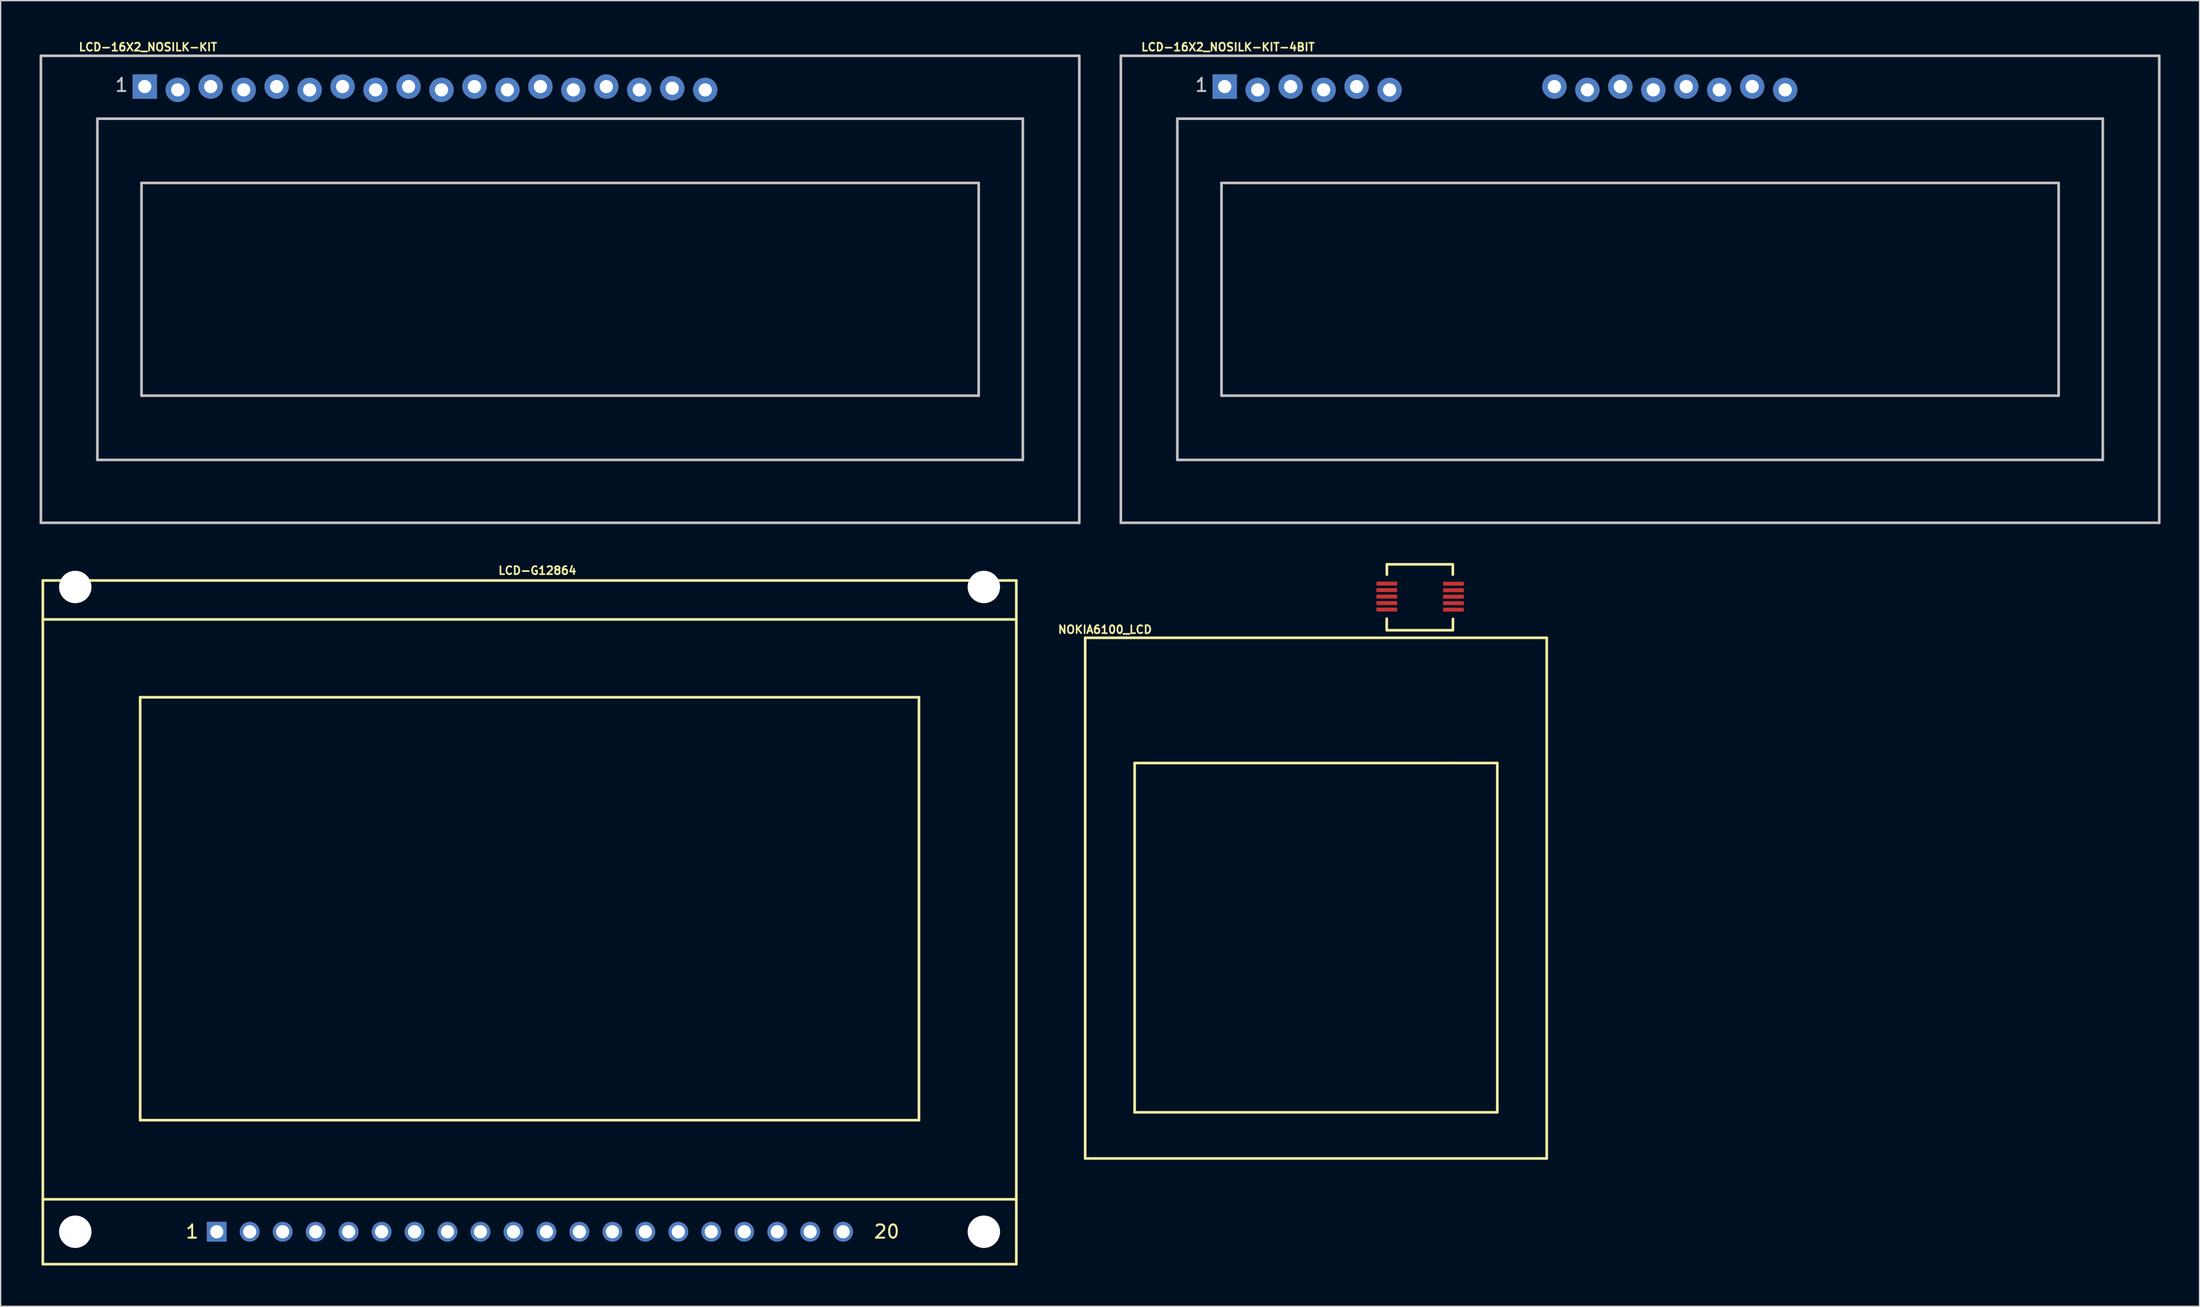
<source format=kicad_pcb>
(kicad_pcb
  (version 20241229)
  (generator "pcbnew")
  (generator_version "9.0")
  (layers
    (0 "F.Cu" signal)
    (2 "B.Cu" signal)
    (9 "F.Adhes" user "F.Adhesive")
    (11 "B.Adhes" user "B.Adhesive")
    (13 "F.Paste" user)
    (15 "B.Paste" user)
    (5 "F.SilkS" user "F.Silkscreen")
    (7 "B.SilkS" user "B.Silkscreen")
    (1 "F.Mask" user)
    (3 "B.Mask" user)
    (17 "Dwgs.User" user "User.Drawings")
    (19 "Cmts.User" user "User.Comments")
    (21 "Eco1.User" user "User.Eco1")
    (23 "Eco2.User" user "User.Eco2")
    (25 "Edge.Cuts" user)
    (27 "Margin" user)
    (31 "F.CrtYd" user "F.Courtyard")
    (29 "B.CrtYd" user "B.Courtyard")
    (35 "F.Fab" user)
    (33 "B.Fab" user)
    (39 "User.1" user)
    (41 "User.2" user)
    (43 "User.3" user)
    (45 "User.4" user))
  (footprint "LCD-G12864"
    (layer "F.Cu")
    (at 0.25 94.395)
    (property "Reference" "LCD-G12864" (at 38.1 -53.467 0) (layer "F.SilkS") (effects (font (size 0.61 0.61) (thickness 0.127))))
    (attr exclude_from_pos_files exclude_from_bom)
    (fp_line (start 0 -52.7) (end 74.999 -52.7) (stroke (width 0.203) (type solid)) (layer "F.SilkS"))
    (fp_line (start 0 -49.698) (end 0 -52.7) (stroke (width 0.203) (type solid)) (layer "F.SilkS"))
    (fp_line (start 0 -49.698) (end 74.999 -49.698) (stroke (width 0.203) (type solid)) (layer "F.SilkS"))
    (fp_line (start 0 -4.999) (end 0 -49.698) (stroke (width 0.203) (type solid)) (layer "F.SilkS"))
    (fp_line (start 0 0) (end 0 -4.999) (stroke (width 0.203) (type solid)) (layer "F.SilkS"))
    (fp_line (start 7.498 -43.698) (end 67.498 -43.698) (stroke (width 0.203) (type solid)) (layer "F.SilkS"))
    (fp_line (start 7.498 -11.1) (end 7.498 -43.698) (stroke (width 0.203) (type solid)) (layer "F.SilkS"))
    (fp_line (start 67.498 -43.698) (end 67.498 -11.1) (stroke (width 0.203) (type solid)) (layer "F.SilkS"))
    (fp_line (start 67.498 -11.1) (end 7.498 -11.1) (stroke (width 0.203) (type solid)) (layer "F.SilkS"))
    (fp_line (start 74.999 -52.7) (end 74.999 -49.698) (stroke (width 0.203) (type solid)) (layer "F.SilkS"))
    (fp_line (start 74.999 -49.698) (end 74.999 -4.999) (stroke (width 0.203) (type solid)) (layer "F.SilkS"))
    (fp_line (start 74.999 -4.999) (end 0 -4.999) (stroke (width 0.203) (type solid)) (layer "F.SilkS"))
    (fp_line (start 74.999 -4.999) (end 74.999 0) (stroke (width 0.203) (type solid)) (layer "F.SilkS"))
    (fp_line (start 74.999 0) (end 0 0) (stroke (width 0.203) (type solid)) (layer "F.SilkS"))
    (fp_text user "1" (at 11.506 -2.507 0) (layer "F.SilkS") (effects (font (size 1.016 1.016) (thickness 0.152))))
    (fp_text user "20" (at 65.014 -2.507 0) (layer "F.SilkS") (effects (font (size 1.016 1.016) (thickness 0.152))))
    (pad "" np_thru_hole circle (at 2.499 -52.2) (size 2.499 2.499) (drill 2.499) (layers "*.Cu" "*.Mask"))
    (pad "" np_thru_hole circle (at 2.499 -2.499) (size 2.499 2.499) (drill 2.499) (layers "*.Cu" "*.Mask"))
    (pad "" np_thru_hole circle (at 72.499 -52.2) (size 2.499 2.499) (drill 2.499) (layers "*.Cu" "*.Mask"))
    (pad "" np_thru_hole circle (at 72.499 -2.499) (size 2.499 2.499) (drill 2.499) (layers "*.Cu" "*.Mask"))
    (pad "1" thru_hole rect (at 13.399 -2.499) (size 1.524 1.524) (drill 1.016) (layers "*.Cu" "*.Mask"))
    (pad "2" thru_hole circle (at 15.938 -2.499) (size 1.524 1.524) (drill 1.016) (layers "*.Cu" "*.Mask"))
    (pad "3" thru_hole circle (at 18.479 -2.499) (size 1.524 1.524) (drill 1.016) (layers "*.Cu" "*.Mask"))
    (pad "4" thru_hole circle (at 21.018 -2.499) (size 1.524 1.524) (drill 1.016) (layers "*.Cu" "*.Mask"))
    (pad "5" thru_hole circle (at 23.558 -2.499) (size 1.524 1.524) (drill 1.016) (layers "*.Cu" "*.Mask"))
    (pad "6" thru_hole circle (at 26.099 -2.499) (size 1.524 1.524) (drill 1.016) (layers "*.Cu" "*.Mask"))
    (pad "7" thru_hole circle (at 28.639 -2.499) (size 1.524 1.524) (drill 1.016) (layers "*.Cu" "*.Mask"))
    (pad "8" thru_hole circle (at 31.178 -2.499) (size 1.524 1.524) (drill 1.016) (layers "*.Cu" "*.Mask"))
    (pad "9" thru_hole circle (at 33.718 -2.499) (size 1.524 1.524) (drill 1.016) (layers "*.Cu" "*.Mask"))
    (pad "10" thru_hole circle (at 36.258 -2.499) (size 1.524 1.524) (drill 1.016) (layers "*.Cu" "*.Mask"))
    (pad "11" thru_hole circle (at 38.798 -2.499) (size 1.524 1.524) (drill 1.016) (layers "*.Cu" "*.Mask"))
    (pad "12" thru_hole circle (at 41.339 -2.499) (size 1.524 1.524) (drill 1.016) (layers "*.Cu" "*.Mask"))
    (pad "13" thru_hole circle (at 43.879 -2.499) (size 1.524 1.524) (drill 1.016) (layers "*.Cu" "*.Mask"))
    (pad "14" thru_hole circle (at 46.419 -2.499) (size 1.524 1.524) (drill 1.016) (layers "*.Cu" "*.Mask"))
    (pad "15" thru_hole circle (at 48.959 -2.499) (size 1.524 1.524) (drill 1.016) (layers "*.Cu" "*.Mask"))
    (pad "16" thru_hole circle (at 51.498 -2.499) (size 1.524 1.524) (drill 1.016) (layers "*.Cu" "*.Mask"))
    (pad "17" thru_hole circle (at 54.038 -2.499) (size 1.524 1.524) (drill 1.016) (layers "*.Cu" "*.Mask"))
    (pad "18" thru_hole circle (at 56.578 -2.499) (size 1.524 1.524) (drill 1.016) (layers "*.Cu" "*.Mask"))
    (pad "19" thru_hole circle (at 59.118 -2.499) (size 1.524 1.524) (drill 1.016) (layers "*.Cu" "*.Mask"))
    (pad "20" thru_hole circle (at 61.658 -2.499) (size 1.524 1.524) (drill 1.016) (layers "*.Cu" "*.Mask")))
  (footprint "NOKIA6100_LCD"
    (layer "F.Cu")
    (at 79.539 86.246)
    (property "Reference" "NOKIA6100_LCD" (at 2.54 -40.767 0) (layer "F.SilkS") (effects (font (size 0.61 0.61) (thickness 0.127))))
    (attr smd)
    (fp_line (start 1.016 -40.132) (end 36.576 -40.132) (stroke (width 0.203) (type solid)) (layer "F.SilkS"))
    (fp_line (start 1.016 0) (end 1.016 -40.132) (stroke (width 0.203) (type solid)) (layer "F.SilkS"))
    (fp_line (start 4.826 -30.48) (end 4.826 -3.556) (stroke (width 0.203) (type solid)) (layer "F.SilkS"))
    (fp_line (start 4.826 -30.48) (end 29.21 -30.48) (stroke (width 0.203) (type solid)) (layer "F.SilkS"))
    (fp_line (start 4.826 -3.556) (end 32.766 -3.556) (stroke (width 0.203) (type solid)) (layer "F.SilkS"))
    (fp_line (start 24.249 -40.719) (end 24.249 -41.608) (stroke (width 0.203) (type solid)) (layer "F.SilkS"))
    (fp_line (start 24.257 -45.796) (end 29.337 -45.796) (stroke (width 0.203) (type solid)) (layer "F.SilkS"))
    (fp_line (start 24.26 -45.789) (end 24.26 -44.999) (stroke (width 0.203) (type solid)) (layer "F.SilkS"))
    (fp_line (start 28.953 -30.48) (end 29.21 -30.48) (stroke (width 0.127) (type solid)) (layer "F.SilkS"))
    (fp_line (start 29.21 -30.48) (end 32.766 -30.48) (stroke (width 0.203) (type solid)) (layer "F.SilkS"))
    (fp_line (start 29.337 -40.716) (end 24.257 -40.716) (stroke (width 0.203) (type solid)) (layer "F.SilkS"))
    (fp_line (start 29.34 -45.778) (end 29.34 -44.999) (stroke (width 0.203) (type solid)) (layer "F.SilkS"))
    (fp_line (start 29.35 -40.719) (end 29.35 -41.59) (stroke (width 0.203) (type solid)) (layer "F.SilkS"))
    (fp_line (start 32.766 -30.48) (end 32.766 -3.556) (stroke (width 0.203) (type solid)) (layer "F.SilkS"))
    (fp_line (start 36.576 -40.132) (end 36.576 0) (stroke (width 0.203) (type solid)) (layer "F.SilkS"))
    (fp_line (start 36.576 0) (end 1.016 0) (stroke (width 0.203) (type solid)) (layer "F.SilkS"))
    (pad "1" smd rect (at 24.254 -44.31 90) (size 0.3 1.598) (layers "F.Cu" "F.Mask" "F.Paste"))
    (pad "2" smd rect (at 24.254 -43.81 90) (size 0.3 1.598) (layers "F.Cu" "F.Mask" "F.Paste"))
    (pad "3" smd rect (at 24.254 -43.31 90) (size 0.3 1.598) (layers "F.Cu" "F.Mask" "F.Paste"))
    (pad "4" smd rect (at 24.254 -42.809 90) (size 0.3 1.598) (layers "F.Cu" "F.Mask" "F.Paste"))
    (pad "5" smd rect (at 24.254 -42.309 90) (size 0.3 1.598) (layers "F.Cu" "F.Mask" "F.Paste"))
    (pad "6" smd rect (at 29.388 -42.301 270) (size 0.3 1.598) (layers "F.Cu" "F.Mask" "F.Paste"))
    (pad "7" smd rect (at 29.388 -42.802 270) (size 0.3 1.598) (layers "F.Cu" "F.Mask" "F.Paste"))
    (pad "8" smd rect (at 29.388 -43.302 270) (size 0.3 1.598) (layers "F.Cu" "F.Mask" "F.Paste"))
    (pad "9" smd rect (at 29.388 -43.802 270) (size 0.3 1.598) (layers "F.Cu" "F.Mask" "F.Paste"))
    (pad "10" smd rect (at 29.388 -44.303 270) (size 0.3 1.598) (layers "F.Cu" "F.Mask" "F.Paste")))
  (footprint "LCD-16X2_NOSILK-KIT-4BIT"
    (layer "F.Cu")
    (at 123.305 19.249)
    (property "Reference" "LCD-16X2_NOSILK-KIT-4BIT" (at -31.75 -18.669 0) (layer "F.SilkS") (effects (font (size 0.61 0.61) (thickness 0.127))))
    (attr exclude_from_pos_files exclude_from_bom)
    (fp_line (start -40 -17.998) (end 40 -17.998) (stroke (width 0.203) (type solid)) (layer "Dwgs.User"))
    (fp_line (start -40 17.998) (end -40 -17.998) (stroke (width 0.203) (type solid)) (layer "Dwgs.User"))
    (fp_line (start -35.649 -13.15) (end 35.649 -13.15) (stroke (width 0.203) (type solid)) (layer "Dwgs.User"))
    (fp_line (start -35.649 13.15) (end -35.649 -13.15) (stroke (width 0.203) (type solid)) (layer "Dwgs.User"))
    (fp_line (start -32.248 -8.199) (end 32.248 -8.199) (stroke (width 0.203) (type solid)) (layer "Dwgs.User"))
    (fp_line (start -32.248 8.199) (end -32.248 -8.199) (stroke (width 0.203) (type solid)) (layer "Dwgs.User"))
    (fp_line (start 32.248 -8.199) (end 32.248 8.199) (stroke (width 0.203) (type solid)) (layer "Dwgs.User"))
    (fp_line (start 32.248 8.199) (end -32.248 8.199) (stroke (width 0.203) (type solid)) (layer "Dwgs.User"))
    (fp_line (start 35.649 -13.15) (end 35.649 13.15) (stroke (width 0.203) (type solid)) (layer "Dwgs.User"))
    (fp_line (start 35.649 13.15) (end -35.649 13.15) (stroke (width 0.203) (type solid)) (layer "Dwgs.User"))
    (fp_line (start 40 -17.998) (end 40 17.998) (stroke (width 0.203) (type solid)) (layer "Dwgs.User"))
    (fp_line (start 40 17.998) (end -40 17.998) (stroke (width 0.203) (type solid)) (layer "Dwgs.User"))
    (fp_text user "1" (at -33.782 -15.748 0) (layer "Dwgs.User") (effects (font (size 1.016 1.016) (thickness 0.152))))
    (pad "1" thru_hole rect (at -31.999 -15.626) (size 1.88 1.88) (drill 1.016) (layers "*.Cu" "*.Mask"))
    (pad "2" thru_hole circle (at -29.459 -15.372) (size 1.88 1.88) (drill 1.016) (layers "*.Cu" "*.Mask"))
    (pad "3" thru_hole circle (at -26.919 -15.626) (size 1.88 1.88) (drill 1.016) (layers "*.Cu" "*.Mask"))
    (pad "4" thru_hole circle (at -24.379 -15.372) (size 1.88 1.88) (drill 1.016) (layers "*.Cu" "*.Mask"))
    (pad "5" thru_hole circle (at -21.839 -15.626) (size 1.88 1.88) (drill 1.016) (layers "*.Cu" "*.Mask"))
    (pad "6" thru_hole circle (at -19.299 -15.372) (size 1.88 1.88) (drill 1.016) (layers "*.Cu" "*.Mask"))
    (pad "11" thru_hole circle (at -6.599 -15.626) (size 1.88 1.88) (drill 1.016) (layers "*.Cu" "*.Mask"))
    (pad "12" thru_hole circle (at -4.059 -15.372) (size 1.88 1.88) (drill 1.016) (layers "*.Cu" "*.Mask"))
    (pad "13" thru_hole circle (at -1.519 -15.626) (size 1.88 1.88) (drill 1.016) (layers "*.Cu" "*.Mask"))
    (pad "14" thru_hole circle (at 1.019 -15.372) (size 1.88 1.88) (drill 1.016) (layers "*.Cu" "*.Mask"))
    (pad "15" thru_hole circle (at 3.559 -15.626) (size 1.88 1.88) (drill 1.016) (layers "*.Cu" "*.Mask"))
    (pad "16" thru_hole circle (at 6.099 -15.372) (size 1.88 1.88) (drill 1.016) (layers "*.Cu" "*.Mask"))
    (pad "17" thru_hole circle (at 8.639 -15.626) (size 1.88 1.88) (drill 1.016) (layers "*.Cu" "*.Mask"))
    (pad "18" thru_hole circle (at 11.179 -15.372) (size 1.88 1.88) (drill 1.016) (layers "*.Cu" "*.Mask")))
  (footprint "LCD-16X2_NOSILK-KIT"
    (layer "F.Cu")
    (at 38.832 17.979)
    (property "Reference" "LCD-16X2_NOSILK-KIT" (at -30.48 -17.399 0) (layer "F.SilkS") (effects (font (size 0.61 0.61) (thickness 0.127))))
    (attr exclude_from_pos_files exclude_from_bom)
    (fp_line (start -38.73 -16.728) (end 41.27 -16.728) (stroke (width 0.203) (type solid)) (layer "Dwgs.User"))
    (fp_line (start -38.73 19.268) (end -38.73 -16.728) (stroke (width 0.203) (type solid)) (layer "Dwgs.User"))
    (fp_line (start -34.379 -11.88) (end 36.919 -11.88) (stroke (width 0.203) (type solid)) (layer "Dwgs.User"))
    (fp_line (start -34.379 14.42) (end -34.379 -11.88) (stroke (width 0.203) (type solid)) (layer "Dwgs.User"))
    (fp_line (start -30.978 -6.929) (end 33.518 -6.929) (stroke (width 0.203) (type solid)) (layer "Dwgs.User"))
    (fp_line (start -30.978 9.469) (end -30.978 -6.929) (stroke (width 0.203) (type solid)) (layer "Dwgs.User"))
    (fp_line (start 33.518 -6.929) (end 33.518 9.469) (stroke (width 0.203) (type solid)) (layer "Dwgs.User"))
    (fp_line (start 33.518 9.469) (end -30.978 9.469) (stroke (width 0.203) (type solid)) (layer "Dwgs.User"))
    (fp_line (start 36.919 -11.88) (end 36.919 14.42) (stroke (width 0.203) (type solid)) (layer "Dwgs.User"))
    (fp_line (start 36.919 14.42) (end -34.379 14.42) (stroke (width 0.203) (type solid)) (layer "Dwgs.User"))
    (fp_line (start 41.27 -16.728) (end 41.27 19.268) (stroke (width 0.203) (type solid)) (layer "Dwgs.User"))
    (fp_line (start 41.27 19.268) (end -38.73 19.268) (stroke (width 0.203) (type solid)) (layer "Dwgs.User"))
    (fp_text user "1" (at -32.512 -14.475 0) (layer "Dwgs.User") (effects (font (size 1.016 1.016) (thickness 0.152))))
    (pad "1" thru_hole rect (at -30.729 -14.356) (size 1.88 1.88) (drill 1.016) (layers "*.Cu" "*.Mask"))
    (pad "2" thru_hole circle (at -28.189 -14.102) (size 1.88 1.88) (drill 1.016) (layers "*.Cu" "*.Mask"))
    (pad "3" thru_hole circle (at -25.649 -14.356) (size 1.88 1.88) (drill 1.016) (layers "*.Cu" "*.Mask"))
    (pad "4" thru_hole circle (at -23.109 -14.102) (size 1.88 1.88) (drill 1.016) (layers "*.Cu" "*.Mask"))
    (pad "5" thru_hole circle (at -20.569 -14.356) (size 1.88 1.88) (drill 1.016) (layers "*.Cu" "*.Mask"))
    (pad "6" thru_hole circle (at -18.029 -14.102) (size 1.88 1.88) (drill 1.016) (layers "*.Cu" "*.Mask"))
    (pad "7" thru_hole circle (at -15.489 -14.356) (size 1.88 1.88) (drill 1.016) (layers "*.Cu" "*.Mask"))
    (pad "8" thru_hole circle (at -12.949 -14.102) (size 1.88 1.88) (drill 1.016) (layers "*.Cu" "*.Mask"))
    (pad "9" thru_hole circle (at -10.409 -14.356) (size 1.88 1.88) (drill 1.016) (layers "*.Cu" "*.Mask"))
    (pad "10" thru_hole circle (at -7.869 -14.102) (size 1.88 1.88) (drill 1.016) (layers "*.Cu" "*.Mask"))
    (pad "11" thru_hole circle (at -5.329 -14.356) (size 1.88 1.88) (drill 1.016) (layers "*.Cu" "*.Mask"))
    (pad "12" thru_hole circle (at -2.789 -14.102) (size 1.88 1.88) (drill 1.016) (layers "*.Cu" "*.Mask"))
    (pad "13" thru_hole circle (at -0.249 -14.356) (size 1.88 1.88) (drill 1.016) (layers "*.Cu" "*.Mask"))
    (pad "14" thru_hole circle (at 2.289 -14.102) (size 1.88 1.88) (drill 1.016) (layers "*.Cu" "*.Mask"))
    (pad "15" thru_hole circle (at 4.829 -14.356) (size 1.88 1.88) (drill 1.016) (layers "*.Cu" "*.Mask"))
    (pad "16" thru_hole circle (at 7.369 -14.102) (size 1.88 1.88) (drill 1.016) (layers "*.Cu" "*.Mask"))
    (pad "17" thru_hole circle (at 9.909 -14.229) (size 1.88 1.88) (drill 1.016) (layers "*.Cu" "*.Mask"))
    (pad "18" thru_hole circle (at 12.449 -14.102) (size 1.88 1.88) (drill 1.016) (layers "*.Cu" "*.Mask")))
  (gr_rect
    (start -3 -3)
    (end 166.406 97.645)
    (stroke (width 0.1) (type default))
    (fill no)
    (layer "Edge.Cuts")))
</source>
